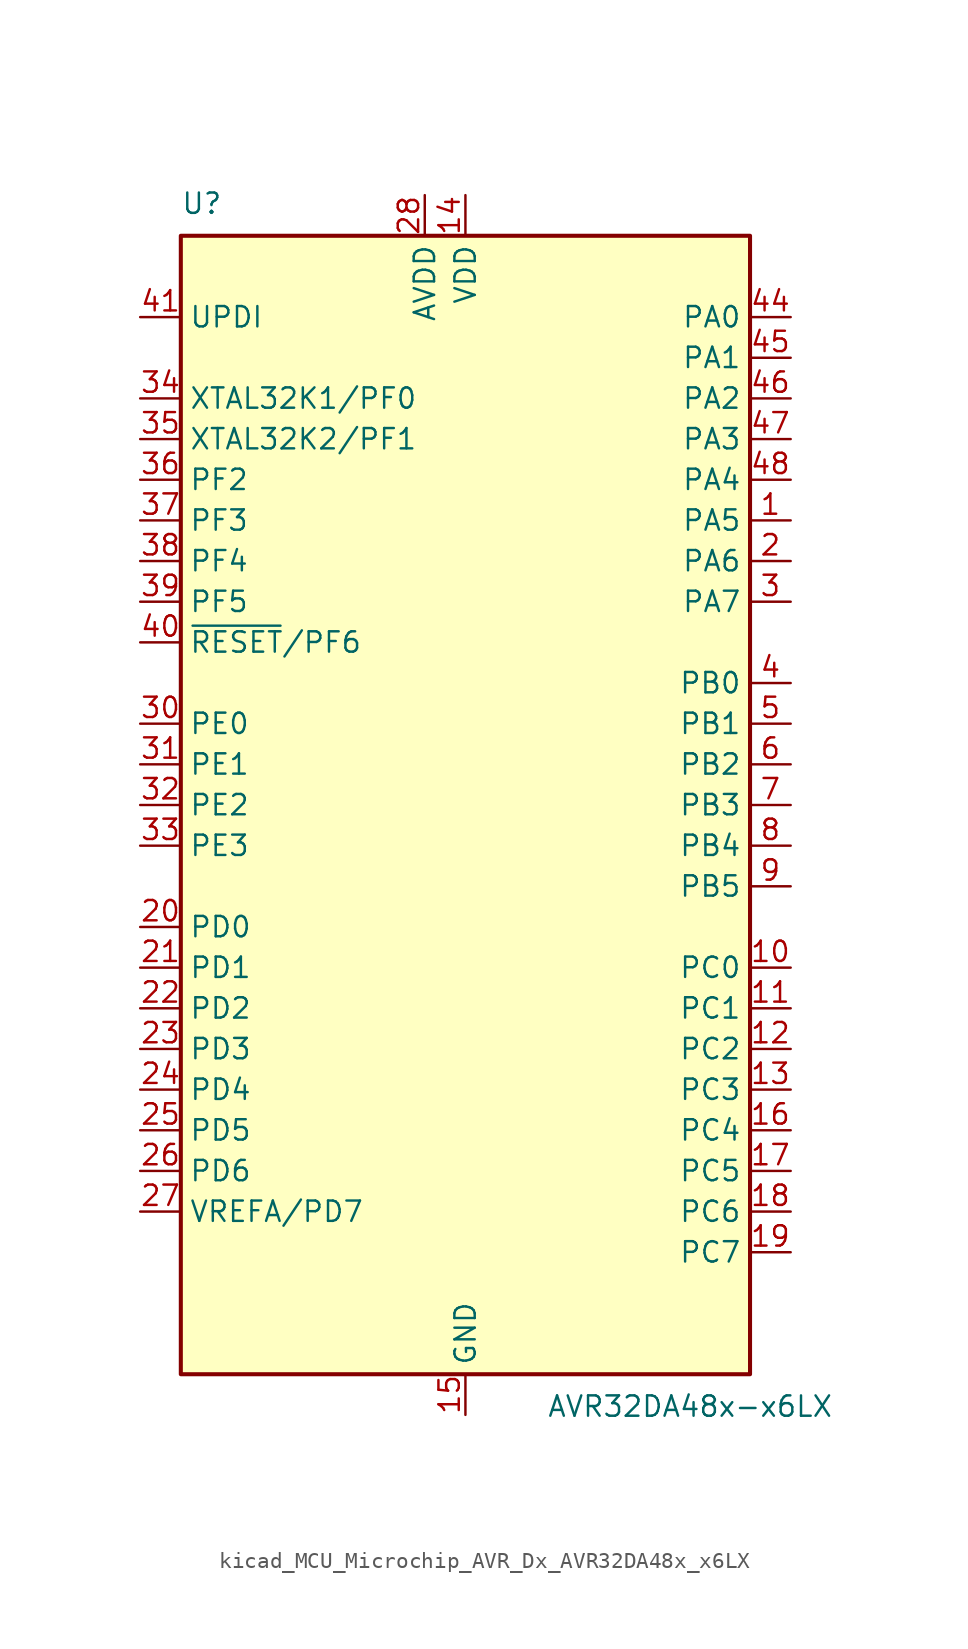
<source format=kicad_sym>
(kicad_symbol_lib
  (version 20220914)
  (generator kicad_symbol_editor)
  (symbol "kicad_MCU_Microchip_AVR_Dx_AVR32DA48x_x6LX"
    (property "Reference" "U"
      (at -17.78 36.83 0)
      (effects (font (size 1.27 1.27)) (justify left bottom)))
    (property "Value" "AVR32DA48x-x6LX"
      (at 5.08 -36.83 0)
      (effects (font (size 1.27 1.27)) (justify left top)))
    (symbol "kicad_MCU_Microchip_AVR_Dx_AVR32DA48x_x6LX_0_1"
      (rectangle (start -17.78 35.56) (end 17.78 -35.56) (stroke (width 0.254) (type default)) (fill (type background))))
    (symbol "kicad_MCU_Microchip_AVR_Dx_AVR32DA48x_x6LX_1_1"
      (pin bidirectional line (at 20.32 17.78 180) (length 2.54) (name "PA5" (effects (font (size 1.27 1.27)))) (number "1" (effects (font (size 1.27 1.27)))))
      (pin bidirectional line (at 20.32 -10.16 180) (length 2.54) (name "PC0" (effects (font (size 1.27 1.27)))) (number "10" (effects (font (size 1.27 1.27)))))
      (pin bidirectional line (at 20.32 -12.7 180) (length 2.54) (name "PC1" (effects (font (size 1.27 1.27)))) (number "11" (effects (font (size 1.27 1.27)))))
      (pin bidirectional line (at 20.32 -15.24 180) (length 2.54) (name "PC2" (effects (font (size 1.27 1.27)))) (number "12" (effects (font (size 1.27 1.27)))))
      (pin bidirectional line (at 20.32 -17.78 180) (length 2.54) (name "PC3" (effects (font (size 1.27 1.27)))) (number "13" (effects (font (size 1.27 1.27)))))
      (pin power_in line (at 0 38.1 270) (length 2.54) (name "VDD" (effects (font (size 1.27 1.27)))) (number "14" (effects (font (size 1.27 1.27)))))
      (pin power_in line (at 0 -38.1 90) (length 2.54) (name "GND" (effects (font (size 1.27 1.27)))) (number "15" (effects (font (size 1.27 1.27)))))
      (pin bidirectional line (at 20.32 -20.32 180) (length 2.54) (name "PC4" (effects (font (size 1.27 1.27)))) (number "16" (effects (font (size 1.27 1.27)))))
      (pin bidirectional line (at 20.32 -22.86 180) (length 2.54) (name "PC5" (effects (font (size 1.27 1.27)))) (number "17" (effects (font (size 1.27 1.27)))))
      (pin bidirectional line (at 20.32 -25.4 180) (length 2.54) (name "PC6" (effects (font (size 1.27 1.27)))) (number "18" (effects (font (size 1.27 1.27)))))
      (pin bidirectional line (at 20.32 -27.94 180) (length 2.54) (name "PC7" (effects (font (size 1.27 1.27)))) (number "19" (effects (font (size 1.27 1.27)))))
      (pin bidirectional line (at 20.32 15.24 180) (length 2.54) (name "PA6" (effects (font (size 1.27 1.27)))) (number "2" (effects (font (size 1.27 1.27)))))
      (pin bidirectional line (at -20.32 -7.62 0) (length 2.54) (name "PD0" (effects (font (size 1.27 1.27)))) (number "20" (effects (font (size 1.27 1.27)))))
      (pin bidirectional line (at -20.32 -10.16 0) (length 2.54) (name "PD1" (effects (font (size 1.27 1.27)))) (number "21" (effects (font (size 1.27 1.27)))))
      (pin bidirectional line (at -20.32 -12.7 0) (length 2.54) (name "PD2" (effects (font (size 1.27 1.27)))) (number "22" (effects (font (size 1.27 1.27)))))
      (pin bidirectional line (at -20.32 -15.24 0) (length 2.54) (name "PD3" (effects (font (size 1.27 1.27)))) (number "23" (effects (font (size 1.27 1.27)))))
      (pin bidirectional line (at -20.32 -17.78 0) (length 2.54) (name "PD4" (effects (font (size 1.27 1.27)))) (number "24" (effects (font (size 1.27 1.27)))))
      (pin bidirectional line (at -20.32 -20.32 0) (length 2.54) (name "PD5" (effects (font (size 1.27 1.27)))) (number "25" (effects (font (size 1.27 1.27)))))
      (pin bidirectional line (at -20.32 -22.86 0) (length 2.54) (name "PD6" (effects (font (size 1.27 1.27)))) (number "26" (effects (font (size 1.27 1.27)))))
      (pin bidirectional line (at -20.32 -25.4 0) (length 2.54) (name "VREFA/PD7" (effects (font (size 1.27 1.27)))) (number "27" (effects (font (size 1.27 1.27)))))
      (pin power_in line (at -2.54 38.1 270) (length 2.54) (name "AVDD" (effects (font (size 1.27 1.27)))) (number "28" (effects (font (size 1.27 1.27)))))
      (pin passive line (at 0 -38.1 90) (length 2.54) hide (name "GND" (effects (font (size 1.27 1.27)))) (number "29" (effects (font (size 1.27 1.27)))))
      (pin bidirectional line (at 20.32 12.7 180) (length 2.54) (name "PA7" (effects (font (size 1.27 1.27)))) (number "3" (effects (font (size 1.27 1.27)))))
      (pin bidirectional line (at -20.32 5.08 0) (length 2.54) (name "PE0" (effects (font (size 1.27 1.27)))) (number "30" (effects (font (size 1.27 1.27)))))
      (pin bidirectional line (at -20.32 2.54 0) (length 2.54) (name "PE1" (effects (font (size 1.27 1.27)))) (number "31" (effects (font (size 1.27 1.27)))))
      (pin bidirectional line (at -20.32 0 0) (length 2.54) (name "PE2" (effects (font (size 1.27 1.27)))) (number "32" (effects (font (size 1.27 1.27)))))
      (pin bidirectional line (at -20.32 -2.54 0) (length 2.54) (name "PE3" (effects (font (size 1.27 1.27)))) (number "33" (effects (font (size 1.27 1.27)))))
      (pin bidirectional line (at -20.32 25.4 0) (length 2.54) (name "XTAL32K1/PF0" (effects (font (size 1.27 1.27)))) (number "34" (effects (font (size 1.27 1.27)))))
      (pin bidirectional line (at -20.32 22.86 0) (length 2.54) (name "XTAL32K2/PF1" (effects (font (size 1.27 1.27)))) (number "35" (effects (font (size 1.27 1.27)))))
      (pin bidirectional line (at -20.32 20.32 0) (length 2.54) (name "PF2" (effects (font (size 1.27 1.27)))) (number "36" (effects (font (size 1.27 1.27)))))
      (pin bidirectional line (at -20.32 17.78 0) (length 2.54) (name "PF3" (effects (font (size 1.27 1.27)))) (number "37" (effects (font (size 1.27 1.27)))))
      (pin bidirectional line (at -20.32 15.24 0) (length 2.54) (name "PF4" (effects (font (size 1.27 1.27)))) (number "38" (effects (font (size 1.27 1.27)))))
      (pin bidirectional line (at -20.32 12.7 0) (length 2.54) (name "PF5" (effects (font (size 1.27 1.27)))) (number "39" (effects (font (size 1.27 1.27)))))
      (pin bidirectional line (at 20.32 7.62 180) (length 2.54) (name "PB0" (effects (font (size 1.27 1.27)))) (number "4" (effects (font (size 1.27 1.27)))))
      (pin bidirectional line (at -20.32 10.16 0) (length 2.54) (name "~{RESET}/PF6" (effects (font (size 1.27 1.27)))) (number "40" (effects (font (size 1.27 1.27)))))
      (pin input line (at -20.32 30.48 0) (length 2.54) (name "UPDI" (effects (font (size 1.27 1.27)))) (number "41" (effects (font (size 1.27 1.27)))))
      (pin passive line (at 0 38.1 270) (length 2.54) hide (name "VDD" (effects (font (size 1.27 1.27)))) (number "42" (effects (font (size 1.27 1.27)))))
      (pin passive line (at 0 -38.1 90) (length 2.54) hide (name "GND" (effects (font (size 1.27 1.27)))) (number "43" (effects (font (size 1.27 1.27)))))
      (pin bidirectional line (at 20.32 30.48 180) (length 2.54) (name "PA0" (effects (font (size 1.27 1.27)))) (number "44" (effects (font (size 1.27 1.27)))))
      (pin bidirectional line (at 20.32 27.94 180) (length 2.54) (name "PA1" (effects (font (size 1.27 1.27)))) (number "45" (effects (font (size 1.27 1.27)))))
      (pin bidirectional line (at 20.32 25.4 180) (length 2.54) (name "PA2" (effects (font (size 1.27 1.27)))) (number "46" (effects (font (size 1.27 1.27)))))
      (pin bidirectional line (at 20.32 22.86 180) (length 2.54) (name "PA3" (effects (font (size 1.27 1.27)))) (number "47" (effects (font (size 1.27 1.27)))))
      (pin bidirectional line (at 20.32 20.32 180) (length 2.54) (name "PA4" (effects (font (size 1.27 1.27)))) (number "48" (effects (font (size 1.27 1.27)))))
      (pin passive line (at 0 -38.1 90) (length 2.54) hide (name "GND" (effects (font (size 1.27 1.27)))) (number "49" (effects (font (size 1.27 1.27)))))
      (pin bidirectional line (at 20.32 5.08 180) (length 2.54) (name "PB1" (effects (font (size 1.27 1.27)))) (number "5" (effects (font (size 1.27 1.27)))))
      (pin bidirectional line (at 20.32 2.54 180) (length 2.54) (name "PB2" (effects (font (size 1.27 1.27)))) (number "6" (effects (font (size 1.27 1.27)))))
      (pin bidirectional line (at 20.32 0 180) (length 2.54) (name "PB3" (effects (font (size 1.27 1.27)))) (number "7" (effects (font (size 1.27 1.27)))))
      (pin bidirectional line (at 20.32 -2.54 180) (length 2.54) (name "PB4" (effects (font (size 1.27 1.27)))) (number "8" (effects (font (size 1.27 1.27)))))
      (pin bidirectional line (at 20.32 -5.08 180) (length 2.54) (name "PB5" (effects (font (size 1.27 1.27)))) (number "9" (effects (font (size 1.27 1.27))))))))
</source>
